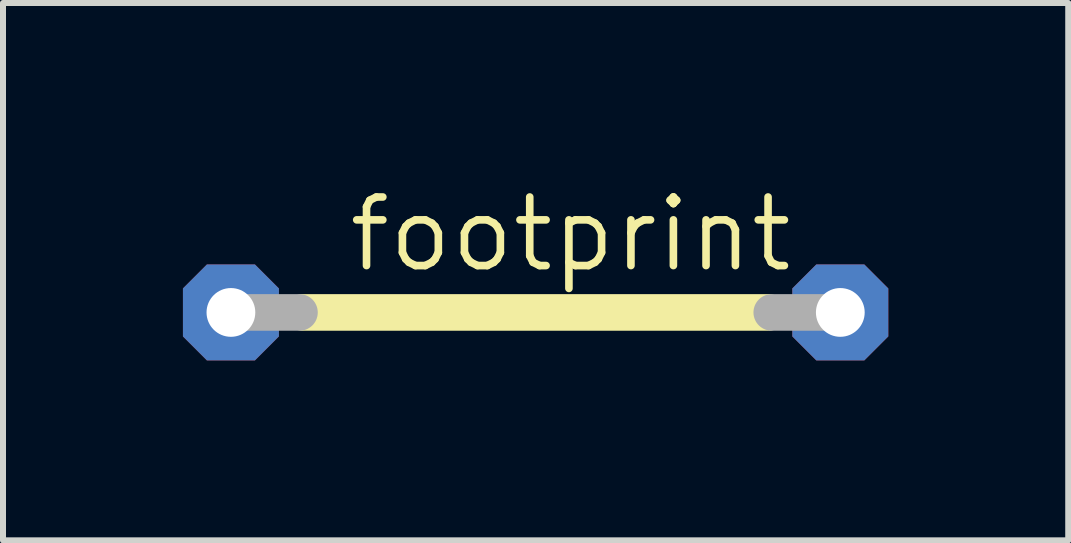
<source format=kicad_pcb>
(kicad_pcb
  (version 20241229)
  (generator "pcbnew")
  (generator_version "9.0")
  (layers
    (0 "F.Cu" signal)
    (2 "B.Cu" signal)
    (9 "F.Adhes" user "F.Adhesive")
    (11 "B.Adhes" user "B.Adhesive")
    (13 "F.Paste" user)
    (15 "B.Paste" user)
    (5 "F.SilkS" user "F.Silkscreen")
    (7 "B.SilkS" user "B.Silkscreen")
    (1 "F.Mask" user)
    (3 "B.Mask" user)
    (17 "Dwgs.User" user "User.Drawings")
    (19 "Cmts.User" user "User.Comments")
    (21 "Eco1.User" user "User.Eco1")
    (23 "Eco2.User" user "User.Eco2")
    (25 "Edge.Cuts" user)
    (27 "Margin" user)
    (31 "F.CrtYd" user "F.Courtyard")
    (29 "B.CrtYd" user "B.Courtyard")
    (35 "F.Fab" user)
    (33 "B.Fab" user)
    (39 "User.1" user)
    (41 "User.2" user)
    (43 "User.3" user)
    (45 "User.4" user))
  (footprint "footprint"
    (layer "F.Cu")
    (at 5.88 2.159)
    (property "Reference" "footprint" (at -3.175 -0.635 0) (layer "F.SilkS") (effects (font (size 1.143 1.143) (thickness 0.127)) (justify left bottom)))
    (fp_line (start -3.886 0) (end 3.886 0) (stroke (width 0.61) (type solid)) (layer "F.SilkS"))
    (fp_line (start -5.08 0) (end -3.937 0) (stroke (width 0.61) (type solid)) (layer "F.Fab"))
    (fp_line (start 5.08 0) (end 3.937 0) (stroke (width 0.61) (type solid)) (layer "F.Fab"))
    (pad "1" thru_hole roundrect (at -5.08 0) (size 1.6 1.6) (drill 0.813) (layers "*.Cu" "*.Mask") (roundrect_rratio 0.25) (chamfer_ratio 0.25) (chamfer top_left top_right bottom_left bottom_right))
    (pad "2" thru_hole roundrect (at 5.08 0) (size 1.6 1.6) (drill 0.813) (layers "*.Cu" "*.Mask") (roundrect_rratio 0.25) (chamfer_ratio 0.25) (chamfer top_left top_right bottom_left bottom_right)))
  (gr_rect
    (start -3 -3)
    (end 14.76 5.959)
    (stroke (width 0.1) (type default))
    (fill no)
    (layer "Edge.Cuts")))
</source>
